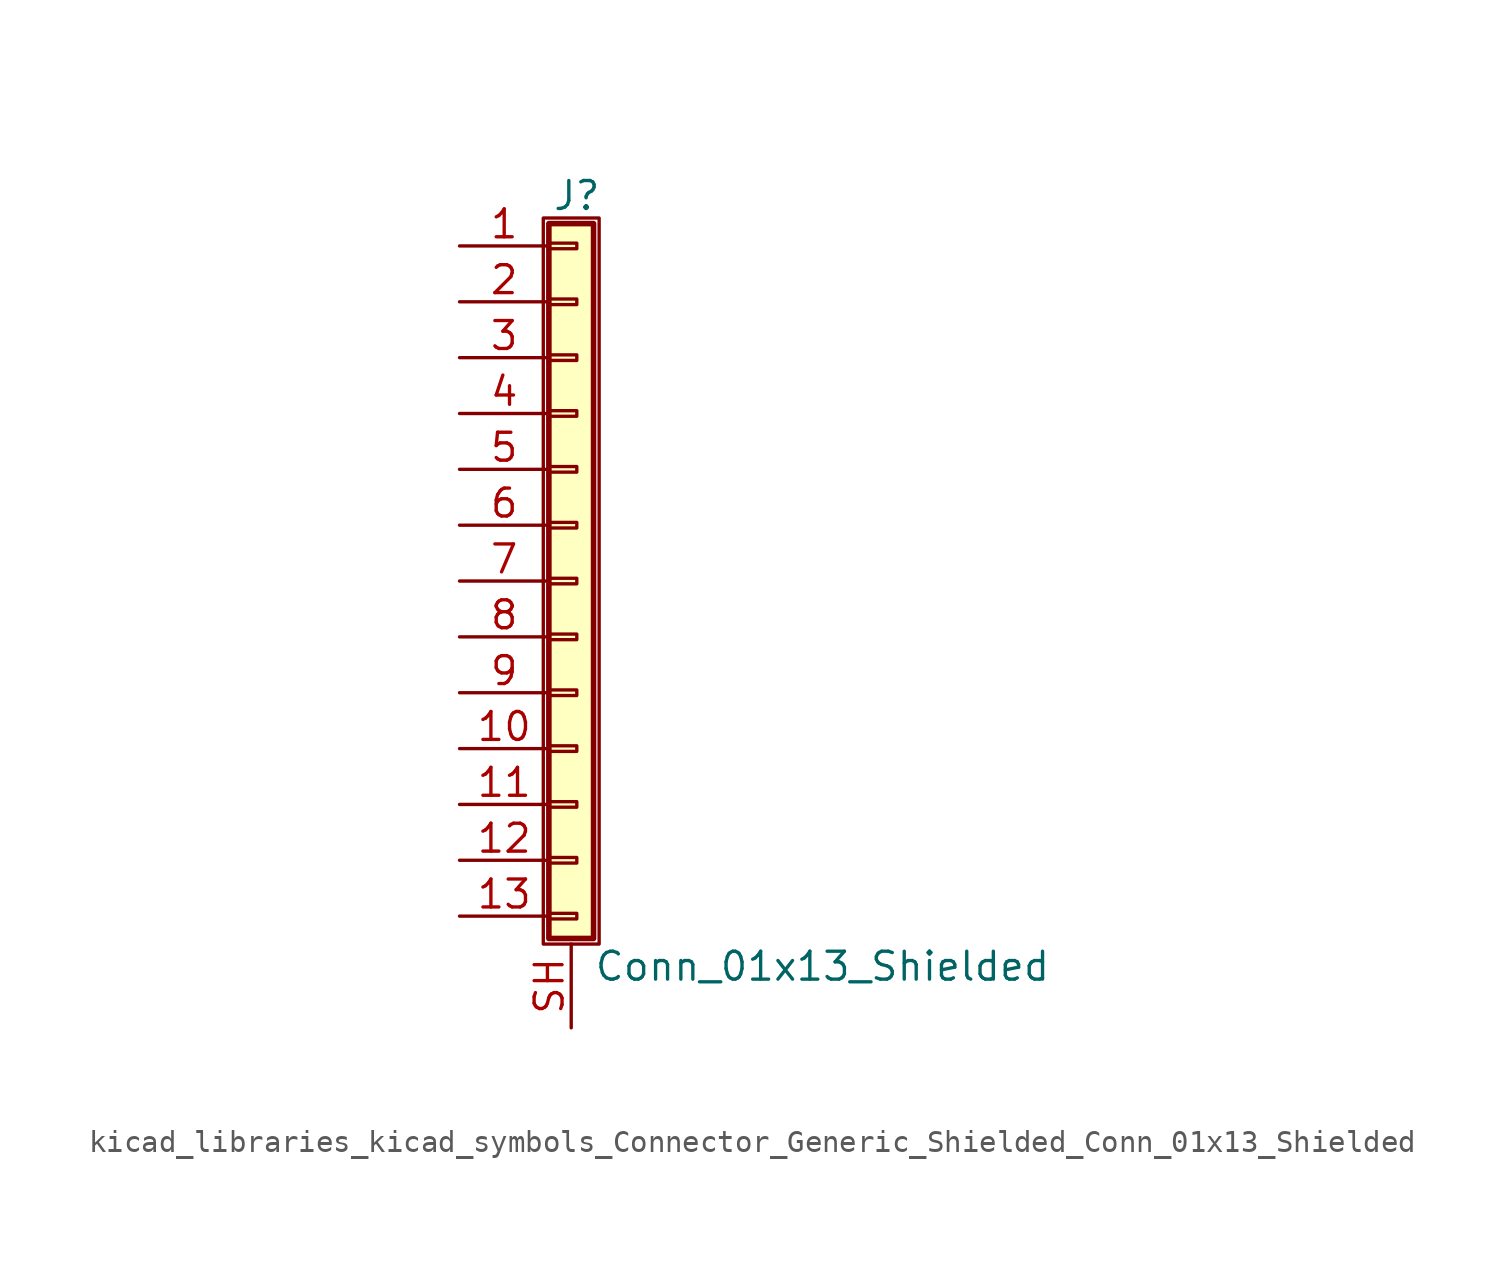
<source format=kicad_sym>
(kicad_symbol_lib
  (version 20220914)
  (generator kicad_symbol_editor)
  (symbol "kicad_libraries_kicad_symbols_Connector_Generic_Shielded_Conn_01x13_Shielded"
    (pin_names
      (offset 1.016) hide)
    (property "Reference" "J"
      (at 0.254 17.526 0)
      (effects (font (size 1.27 1.27))))
    (property "Value" "Conn_01x13_Shielded"
      (at 1.016 -17.526 0)
      (effects (font (size 1.27 1.27)) (justify left)))
    (symbol "kicad_libraries_kicad_symbols_Connector_Generic_Shielded_Conn_01x13_Shielded_1_1"
      (rectangle (start -1.27 16.51) (end 1.27 -16.51) (stroke (width 0.152) (type default)) (fill (type none)))
      (rectangle (start -1.016 -15.113) (end 0.254 -15.367) (stroke (width 0.152) (type default)) (fill (type none)))
      (rectangle (start -1.016 -12.573) (end 0.254 -12.827) (stroke (width 0.152) (type default)) (fill (type none)))
      (rectangle (start -1.016 -10.033) (end 0.254 -10.287) (stroke (width 0.152) (type default)) (fill (type none)))
      (rectangle (start -1.016 -7.493) (end 0.254 -7.747) (stroke (width 0.152) (type default)) (fill (type none)))
      (rectangle (start -1.016 -4.953) (end 0.254 -5.207) (stroke (width 0.152) (type default)) (fill (type none)))
      (rectangle (start -1.016 -2.413) (end 0.254 -2.667) (stroke (width 0.152) (type default)) (fill (type none)))
      (rectangle (start -1.016 0.127) (end 0.254 -0.127) (stroke (width 0.152) (type default)) (fill (type none)))
      (rectangle (start -1.016 2.667) (end 0.254 2.413) (stroke (width 0.152) (type default)) (fill (type none)))
      (rectangle (start -1.016 5.207) (end 0.254 4.953) (stroke (width 0.152) (type default)) (fill (type none)))
      (rectangle (start -1.016 7.747) (end 0.254 7.493) (stroke (width 0.152) (type default)) (fill (type none)))
      (rectangle (start -1.016 10.287) (end 0.254 10.033) (stroke (width 0.152) (type default)) (fill (type none)))
      (rectangle (start -1.016 12.827) (end 0.254 12.573) (stroke (width 0.152) (type default)) (fill (type none)))
      (rectangle (start -1.016 15.367) (end 0.254 15.113) (stroke (width 0.152) (type default)) (fill (type none)))
      (rectangle (start -1.016 16.256) (end 1.016 -16.256) (stroke (width 0.254) (type default)) (fill (type background)))
      (pin passive line (at -5.08 15.24 0) (length 4.064) (name "Pin_1" (effects (font (size 1.27 1.27)))) (number "1" (effects (font (size 1.27 1.27)))))
      (pin passive line (at -5.08 -7.62 0) (length 4.064) (name "Pin_10" (effects (font (size 1.27 1.27)))) (number "10" (effects (font (size 1.27 1.27)))))
      (pin passive line (at -5.08 -10.16 0) (length 4.064) (name "Pin_11" (effects (font (size 1.27 1.27)))) (number "11" (effects (font (size 1.27 1.27)))))
      (pin passive line (at -5.08 -12.7 0) (length 4.064) (name "Pin_12" (effects (font (size 1.27 1.27)))) (number "12" (effects (font (size 1.27 1.27)))))
      (pin passive line (at -5.08 -15.24 0) (length 4.064) (name "Pin_13" (effects (font (size 1.27 1.27)))) (number "13" (effects (font (size 1.27 1.27)))))
      (pin passive line (at -5.08 12.7 0) (length 4.064) (name "Pin_2" (effects (font (size 1.27 1.27)))) (number "2" (effects (font (size 1.27 1.27)))))
      (pin passive line (at -5.08 10.16 0) (length 4.064) (name "Pin_3" (effects (font (size 1.27 1.27)))) (number "3" (effects (font (size 1.27 1.27)))))
      (pin passive line (at -5.08 7.62 0) (length 4.064) (name "Pin_4" (effects (font (size 1.27 1.27)))) (number "4" (effects (font (size 1.27 1.27)))))
      (pin passive line (at -5.08 5.08 0) (length 4.064) (name "Pin_5" (effects (font (size 1.27 1.27)))) (number "5" (effects (font (size 1.27 1.27)))))
      (pin passive line (at -5.08 2.54 0) (length 4.064) (name "Pin_6" (effects (font (size 1.27 1.27)))) (number "6" (effects (font (size 1.27 1.27)))))
      (pin passive line (at -5.08 0 0) (length 4.064) (name "Pin_7" (effects (font (size 1.27 1.27)))) (number "7" (effects (font (size 1.27 1.27)))))
      (pin passive line (at -5.08 -2.54 0) (length 4.064) (name "Pin_8" (effects (font (size 1.27 1.27)))) (number "8" (effects (font (size 1.27 1.27)))))
      (pin passive line (at -5.08 -5.08 0) (length 4.064) (name "Pin_9" (effects (font (size 1.27 1.27)))) (number "9" (effects (font (size 1.27 1.27)))))
      (pin passive line (at 0 -20.32 90) (length 3.81) (name "Shield" (effects (font (size 1.27 1.27)))) (number "SH" (effects (font (size 1.27 1.27))))))))
</source>
